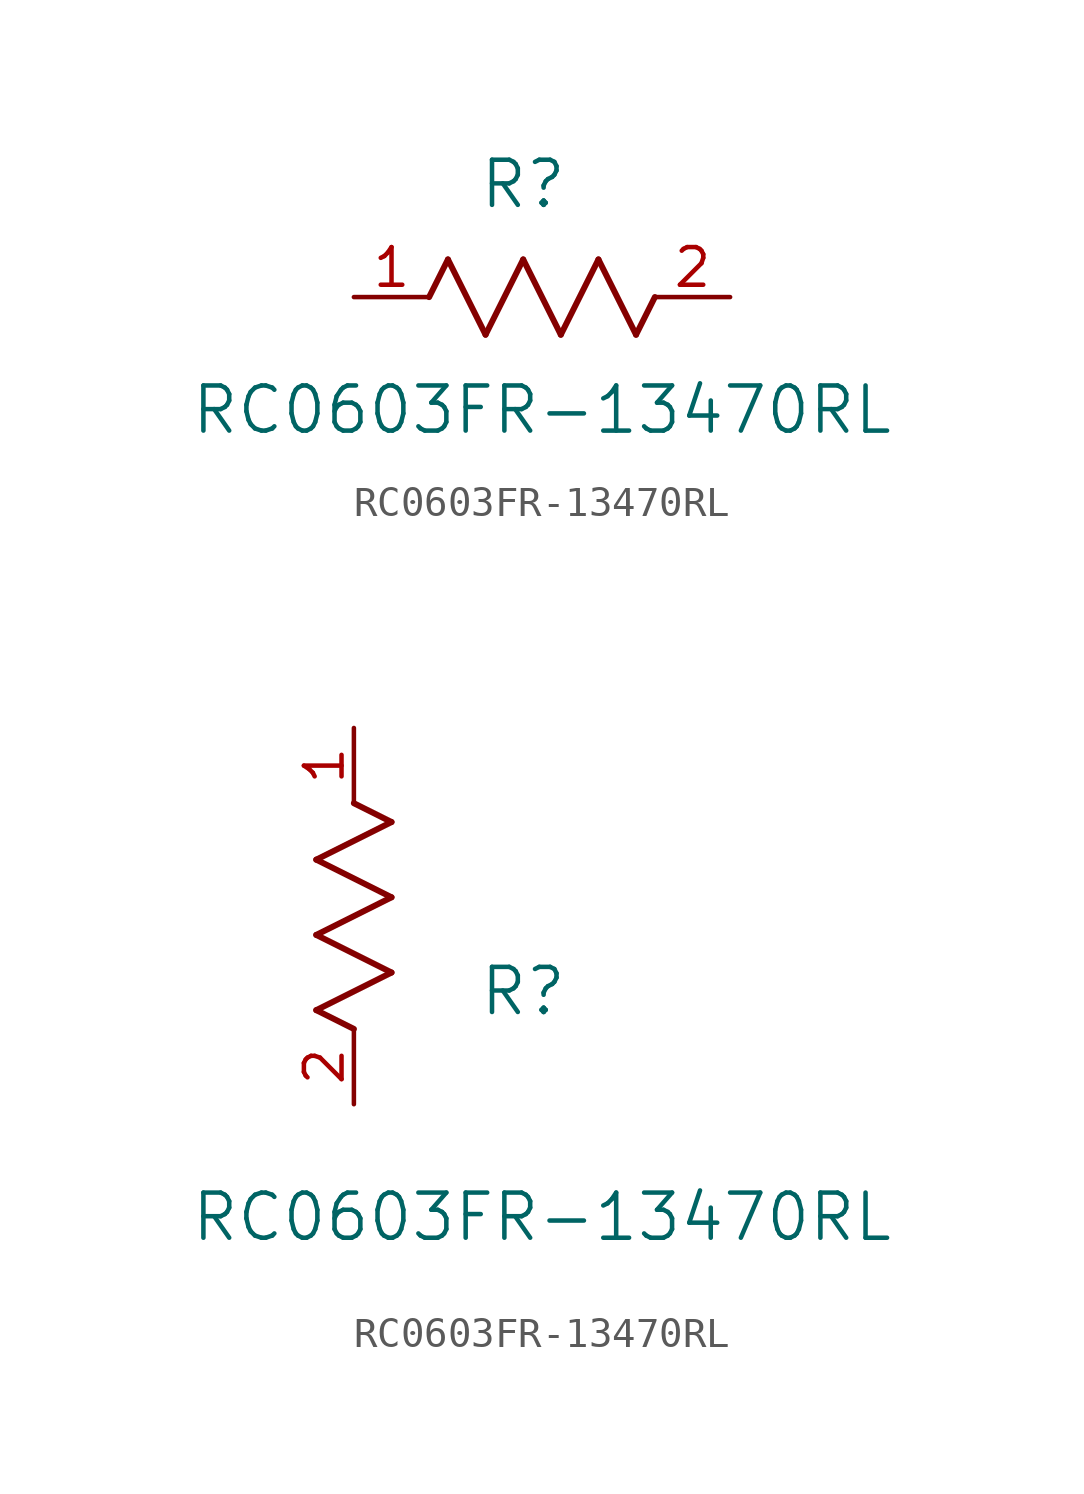
<source format=kicad_sym>
(kicad_symbol_lib
  (version 20211014)
  (generator kicad_symbol_editor)
  (symbol "RC0603FR-13470RL"
    (pin_names
      (offset 0.254))
    (property "Reference" "R"
      (at 5.715 3.81 0)
      (effects (font (size 1.524 1.524))))
    (property "Value" "RC0603FR-13470RL"
      (at 6.35 -3.81 0)
      (effects (font (size 1.524 1.524))))
    (symbol "RC0603FR-13470RL_1_1"
      (polyline (pts (xy 3.175 1.27) (xy 4.445 -1.27)) (stroke (width 0.203) (type default) (color 0 0 0 0)) (fill (type none)))
      (polyline (pts (xy 4.445 -1.27) (xy 5.715 1.27)) (stroke (width 0.203) (type default) (color 0 0 0 0)) (fill (type none)))
      (polyline (pts (xy 5.715 1.27) (xy 6.985 -1.27)) (stroke (width 0.203) (type default) (color 0 0 0 0)) (fill (type none)))
      (polyline (pts (xy 6.985 -1.27) (xy 8.255 1.27)) (stroke (width 0.203) (type default) (color 0 0 0 0)) (fill (type none)))
      (polyline (pts (xy 8.255 1.27) (xy 9.525 -1.27)) (stroke (width 0.203) (type default) (color 0 0 0 0)) (fill (type none)))
      (polyline (pts (xy 2.54 0) (xy 3.175 1.27)) (stroke (width 0.203) (type default) (color 0 0 0 0)) (fill (type none)))
      (polyline (pts (xy 9.525 -1.27) (xy 10.16 0)) (stroke (width 0.203) (type default) (color 0 0 0 0)) (fill (type none)))
      (pin unspecified line (at 0 0 0) (length 2.54) (name "" (effects (font (size 1.27 1.27)))) (number "1" (effects (font (size 1.27 1.27)))))
      (pin unspecified line (at 12.7 0 180) (length 2.54) (name "" (effects (font (size 1.27 1.27)))) (number "2" (effects (font (size 1.27 1.27))))))
    (symbol "RC0603FR-13470RL_1_2"
      (polyline (pts (xy 0 2.54) (xy -1.27 3.175)) (stroke (width 0.203) (type default) (color 0 0 0 0)) (fill (type none)))
      (polyline (pts (xy -1.27 3.175) (xy 1.27 4.445)) (stroke (width 0.203) (type default) (color 0 0 0 0)) (fill (type none)))
      (polyline (pts (xy 1.27 4.445) (xy -1.27 5.715)) (stroke (width 0.203) (type default) (color 0 0 0 0)) (fill (type none)))
      (polyline (pts (xy -1.27 5.715) (xy 1.27 6.985)) (stroke (width 0.203) (type default) (color 0 0 0 0)) (fill (type none)))
      (polyline (pts (xy -1.27 8.255) (xy 1.27 9.525)) (stroke (width 0.203) (type default) (color 0 0 0 0)) (fill (type none)))
      (polyline (pts (xy 1.27 9.525) (xy 0 10.16)) (stroke (width 0.203) (type default) (color 0 0 0 0)) (fill (type none)))
      (polyline (pts (xy 1.27 6.985) (xy -1.27 8.255)) (stroke (width 0.203) (type default) (color 0 0 0 0)) (fill (type none)))
      (pin unspecified line (at 0 12.7 270) (length 2.54) (name "" (effects (font (size 1.27 1.27)))) (number "1" (effects (font (size 1.27 1.27)))))
      (pin unspecified line (at 0 0 90) (length 2.54) (name "" (effects (font (size 1.27 1.27)))) (number "2" (effects (font (size 1.27 1.27))))))))
</source>
